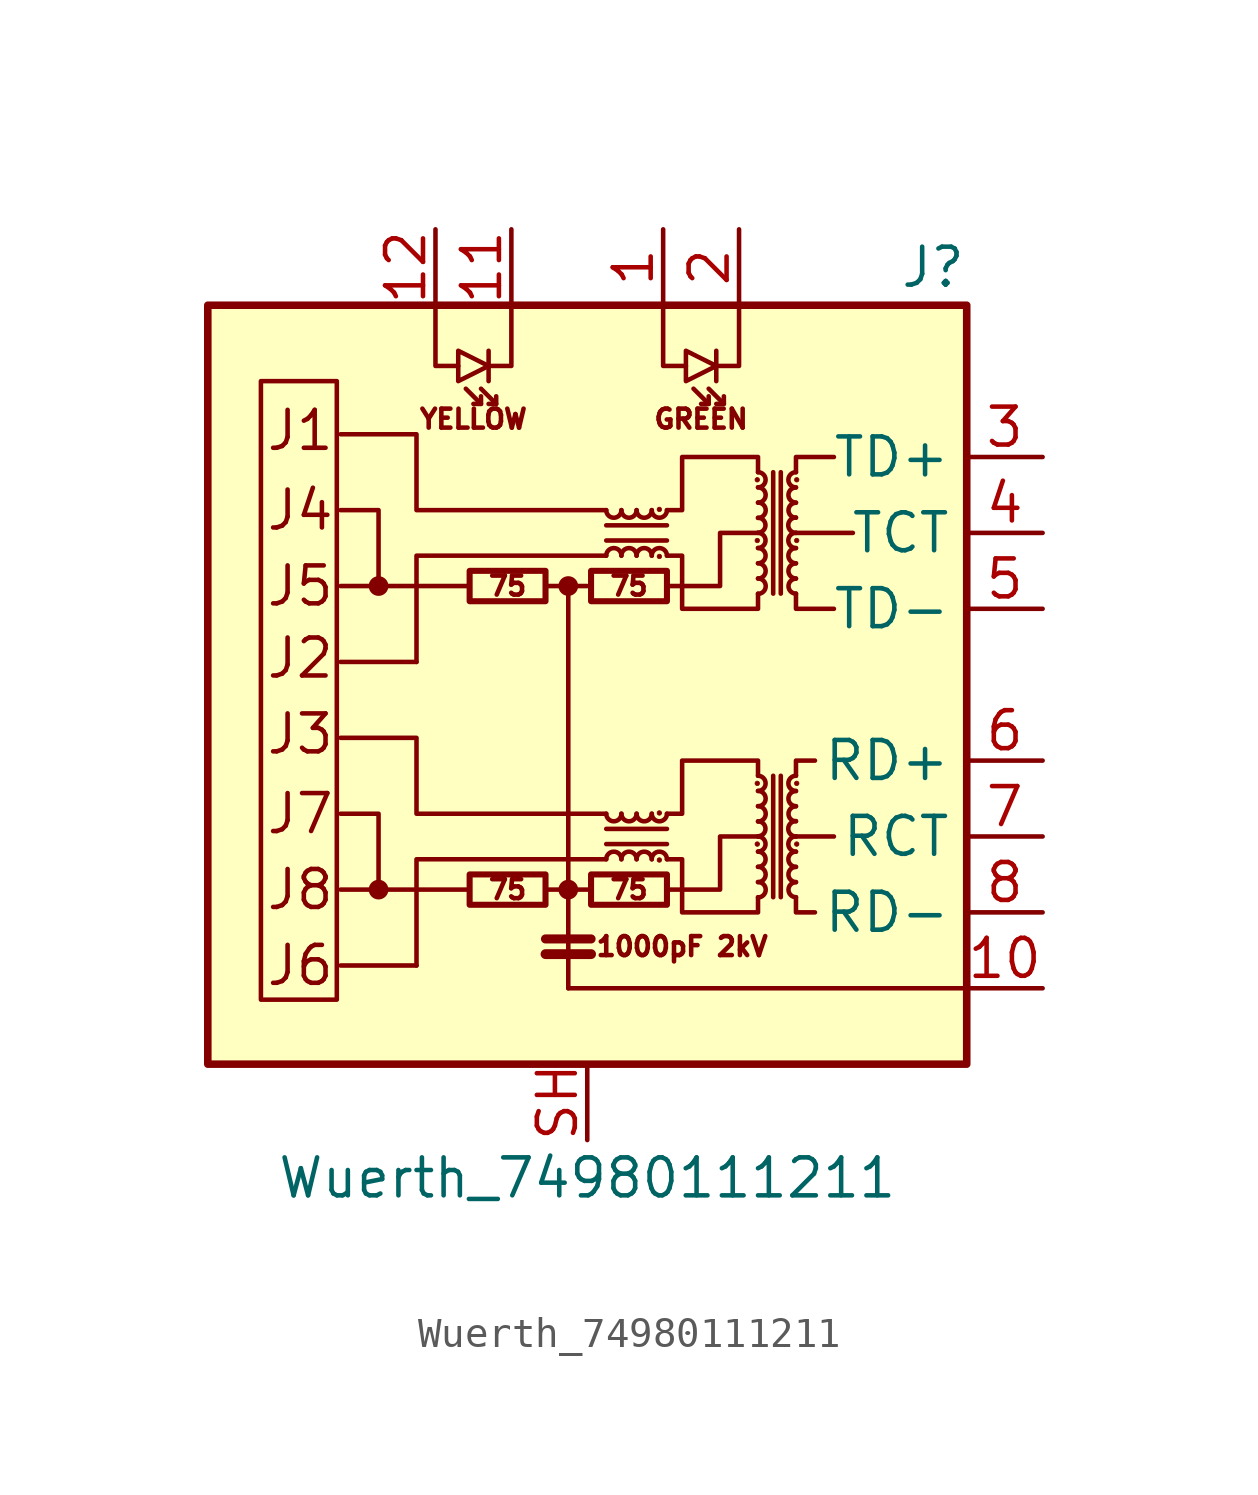
<source format=kicad_sym>
(kicad_symbol_lib
  (version 20211014)
  (generator kicad_symbol_editor)
  (symbol "Wuerth_74980111211"
    (property "Reference" "J"
      (at 12.7 13.97 0)
      (effects (font (size 1.27 1.27)) (justify right)))
    (property "Value" "Wuerth_74980111211"
      (at 0 -16.51 0)
      (effects (font (size 1.27 1.27))))
    (symbol "Wuerth_74980111211_0_0"
      (rectangle (start -12.7 12.7) (end 12.7 -12.7) (stroke (width 0.254) (type default) (color 0 0 0 0)) (fill (type background)))
      (polyline (pts (xy -3.937 -6.858) (xy -8.255 -6.858)) (stroke (width 0) (type default) (color 0 0 0 0)) (fill (type none)))
      (polyline (pts (xy -3.937 3.302) (xy -8.255 3.302)) (stroke (width 0) (type default) (color 0 0 0 0)) (fill (type none)))
      (polyline (pts (xy -0.635 -10.16) (xy 12.7 -10.16)) (stroke (width 0) (type default) (color 0 0 0 0)) (fill (type none)))
      (polyline (pts (xy 8.255 -5.08) (xy 6.985 -5.08)) (stroke (width 0) (type default) (color 0 0 0 0)) (fill (type none)))
      (polyline (pts (xy 8.89 5.08) (xy 6.985 5.08)) (stroke (width 0) (type default) (color 0 0 0 0)) (fill (type none)))
      (polyline (pts (xy 0.635 -4.318) (xy -5.715 -4.318) (xy -5.715 -1.778) (xy -8.255 -1.778)) (stroke (width 0) (type default) (color 0 0 0 0)) (fill (type none)))
      (polyline (pts (xy 0.635 5.842) (xy -5.715 5.842) (xy -5.715 8.382) (xy -8.255 8.382)) (stroke (width 0) (type default) (color 0 0 0 0)) (fill (type none)))
      (polyline (pts (xy 2.667 -6.858) (xy 4.445 -6.858) (xy 4.445 -5.08) (xy 5.715 -5.08)) (stroke (width 0) (type default) (color 0 0 0 0)) (fill (type none)))
      (polyline (pts (xy 2.667 3.302) (xy 4.445 3.302) (xy 4.445 5.08) (xy 5.715 5.08)) (stroke (width 0) (type default) (color 0 0 0 0)) (fill (type none)))
      (text "1000pF 2kV" (at 3.175 -8.763 0) (effects (font (size 0.635 0.635))))
      (text "75" (at -2.667 -6.858 0) (effects (font (size 0.635 0.635))))
      (text "75" (at -2.667 3.302 0) (effects (font (size 0.635 0.635))))
      (text "75" (at 1.397 -6.858 0) (effects (font (size 0.635 0.635))))
      (text "75" (at 1.397 3.302 0) (effects (font (size 0.635 0.635))))
      (text "GREEN" (at 3.81 8.89 0) (effects (font (size 0.635 0.635))))
      (text "J1" (at -10.795 8.509 0) (effects (font (size 1.27 1.27)) (justify left)))
      (text "J2" (at -10.795 0.889 0) (effects (font (size 1.27 1.27)) (justify left)))
      (text "J3" (at -10.795 -1.651 0) (effects (font (size 1.27 1.27)) (justify left)))
      (text "J4" (at -10.795 5.842 0) (effects (font (size 1.27 1.27)) (justify left)))
      (text "J5" (at -10.795 3.302 0) (effects (font (size 1.27 1.27)) (justify left)))
      (text "J6" (at -10.795 -9.398 0) (effects (font (size 1.27 1.27)) (justify left)))
      (text "J7" (at -10.795 -4.318 0) (effects (font (size 1.27 1.27)) (justify left)))
      (text "J8" (at -10.795 -6.858 0) (effects (font (size 1.27 1.27)) (justify left)))
      (text "YELLOW" (at -3.81 8.89 0) (effects (font (size 0.635 0.635)))))
    (symbol "Wuerth_74980111211_0_1"
      (rectangle (start -8.382 -10.541) (end -10.922 10.16) (stroke (width 0) (type default) (color 0 0 0 0)) (fill (type none)))
      (circle (center -6.985 -6.858) (radius 0.254) (stroke (width 0) (type default) (color 0 0 0 0)) (fill (type outline)))
      (circle (center -6.985 3.302) (radius 0.254) (stroke (width 0) (type default) (color 0 0 0 0)) (fill (type outline)))
      (rectangle (start -3.937 -7.366) (end -1.397 -6.35) (stroke (width 0.203) (type default) (color 0 0 0 0)) (fill (type none)))
      (rectangle (start -3.937 2.794) (end -1.397 3.81) (stroke (width 0.203) (type default) (color 0 0 0 0)) (fill (type none)))
      (circle (center -0.635 -6.858) (radius 0.254) (stroke (width 0) (type default) (color 0 0 0 0)) (fill (type outline)))
      (circle (center -0.635 3.302) (radius 0.254) (stroke (width 0) (type default) (color 0 0 0 0)) (fill (type outline)))
      (polyline (pts (xy -5.715 -9.398) (xy -8.255 -9.398)) (stroke (width 0) (type default) (color 0 0 0 0)) (fill (type none)))
      (polyline (pts (xy -5.715 0.762) (xy -8.255 0.762)) (stroke (width 0) (type default) (color 0 0 0 0)) (fill (type none)))
      (polyline (pts (xy -3.556 9.398) (xy -4.064 9.906)) (stroke (width 0) (type default) (color 0 0 0 0)) (fill (type none)))
      (polyline (pts (xy -3.302 11.176) (xy -3.302 10.16)) (stroke (width 0) (type default) (color 0 0 0 0)) (fill (type none)))
      (polyline (pts (xy -3.048 9.398) (xy -3.556 9.906)) (stroke (width 0) (type default) (color 0 0 0 0)) (fill (type none)))
      (polyline (pts (xy -1.397 -9.017) (xy 0.127 -9.017)) (stroke (width 0.33) (type default) (color 0 0 0 0)) (fill (type none)))
      (polyline (pts (xy -1.397 -8.509) (xy 0.127 -8.509)) (stroke (width 0.305) (type default) (color 0 0 0 0)) (fill (type none)))
      (polyline (pts (xy -0.635 3.302) (xy -1.397 3.302)) (stroke (width 0) (type default) (color 0 0 0 0)) (fill (type none)))
      (polyline (pts (xy 0.127 -6.858) (xy -1.397 -6.858)) (stroke (width 0) (type default) (color 0 0 0 0)) (fill (type none)))
      (polyline (pts (xy 0.635 -5.334) (xy 2.667 -5.334)) (stroke (width 0) (type default) (color 0 0 0 0)) (fill (type none)))
      (polyline (pts (xy 0.635 4.826) (xy 2.667 4.826)) (stroke (width 0) (type default) (color 0 0 0 0)) (fill (type none)))
      (polyline (pts (xy 2.667 -4.826) (xy 0.635 -4.826)) (stroke (width 0) (type default) (color 0 0 0 0)) (fill (type none)))
      (polyline (pts (xy 2.667 5.334) (xy 0.635 5.334)) (stroke (width 0) (type default) (color 0 0 0 0)) (fill (type none)))
      (polyline (pts (xy 4.064 9.398) (xy 3.556 9.906)) (stroke (width 0) (type default) (color 0 0 0 0)) (fill (type none)))
      (polyline (pts (xy 4.318 11.176) (xy 4.318 10.16)) (stroke (width 0) (type default) (color 0 0 0 0)) (fill (type none)))
      (polyline (pts (xy 4.572 9.398) (xy 4.064 9.906)) (stroke (width 0) (type default) (color 0 0 0 0)) (fill (type none)))
      (polyline (pts (xy 6.223 -3.048) (xy 6.223 -7.112)) (stroke (width 0) (type default) (color 0 0 0 0)) (fill (type none)))
      (polyline (pts (xy 6.223 7.112) (xy 6.223 3.048)) (stroke (width 0) (type default) (color 0 0 0 0)) (fill (type none)))
      (polyline (pts (xy 6.477 -7.112) (xy 6.477 -3.048)) (stroke (width 0) (type default) (color 0 0 0 0)) (fill (type none)))
      (polyline (pts (xy 6.477 3.048) (xy 6.477 7.112)) (stroke (width 0) (type default) (color 0 0 0 0)) (fill (type none)))
      (polyline (pts (xy -6.985 -6.858) (xy -6.985 -4.318) (xy -8.255 -4.318)) (stroke (width 0) (type default) (color 0 0 0 0)) (fill (type none)))
      (polyline (pts (xy -6.985 3.302) (xy -6.985 5.842) (xy -8.255 5.842)) (stroke (width 0) (type default) (color 0 0 0 0)) (fill (type none)))
      (polyline (pts (xy -5.08 12.7) (xy -5.08 10.668) (xy -4.318 10.668)) (stroke (width 0) (type default) (color 0 0 0 0)) (fill (type none)))
      (polyline (pts (xy -3.556 9.652) (xy -3.556 9.398) (xy -3.81 9.398)) (stroke (width 0) (type default) (color 0 0 0 0)) (fill (type none)))
      (polyline (pts (xy -3.048 9.652) (xy -3.048 9.398) (xy -3.302 9.398)) (stroke (width 0) (type default) (color 0 0 0 0)) (fill (type none)))
      (polyline (pts (xy -2.54 12.7) (xy -2.54 10.668) (xy -3.302 10.668)) (stroke (width 0) (type default) (color 0 0 0 0)) (fill (type none)))
      (polyline (pts (xy -0.635 -10.16) (xy -0.635 3.302) (xy 0 3.302)) (stroke (width 0) (type default) (color 0 0 0 0)) (fill (type none)))
      (polyline (pts (xy 0.635 -5.842) (xy -5.715 -5.842) (xy -5.715 -9.398)) (stroke (width 0) (type default) (color 0 0 0 0)) (fill (type none)))
      (polyline (pts (xy 0.635 4.318) (xy -5.715 4.318) (xy -5.715 0.762)) (stroke (width 0) (type default) (color 0 0 0 0)) (fill (type none)))
      (polyline (pts (xy 2.54 12.7) (xy 2.54 10.668) (xy 3.302 10.668)) (stroke (width 0) (type default) (color 0 0 0 0)) (fill (type none)))
      (polyline (pts (xy 4.064 9.652) (xy 4.064 9.398) (xy 3.81 9.398)) (stroke (width 0) (type default) (color 0 0 0 0)) (fill (type none)))
      (polyline (pts (xy 4.572 9.652) (xy 4.572 9.398) (xy 4.318 9.398)) (stroke (width 0) (type default) (color 0 0 0 0)) (fill (type none)))
      (polyline (pts (xy 5.08 12.7) (xy 5.08 10.668) (xy 4.318 10.668)) (stroke (width 0) (type default) (color 0 0 0 0)) (fill (type none)))
      (polyline (pts (xy 6.985 -7.112) (xy 6.985 -7.62) (xy 7.62 -7.62)) (stroke (width 0) (type default) (color 0 0 0 0)) (fill (type none)))
      (polyline (pts (xy 6.985 -3.048) (xy 6.985 -2.54) (xy 7.62 -2.54)) (stroke (width 0) (type default) (color 0 0 0 0)) (fill (type none)))
      (polyline (pts (xy 6.985 3.048) (xy 6.985 2.54) (xy 8.255 2.54)) (stroke (width 0) (type default) (color 0 0 0 0)) (fill (type none)))
      (polyline (pts (xy 6.985 7.112) (xy 6.985 7.62) (xy 8.255 7.62)) (stroke (width 0) (type default) (color 0 0 0 0)) (fill (type none)))
      (polyline (pts (xy -3.302 10.668) (xy -4.318 11.176) (xy -4.318 10.16) (xy -3.302 10.668)) (stroke (width 0) (type default) (color 0 0 0 0)) (fill (type none)))
      (polyline (pts (xy 4.318 10.668) (xy 3.302 11.176) (xy 3.302 10.16) (xy 4.318 10.668)) (stroke (width 0) (type default) (color 0 0 0 0)) (fill (type none)))
      (polyline (pts (xy 2.667 -4.318) (xy 3.175 -4.318) (xy 3.175 -2.54) (xy 5.715 -2.54) (xy 5.715 -3.048)) (stroke (width 0) (type default) (color 0 0 0 0)) (fill (type none)))
      (polyline (pts (xy 2.667 5.842) (xy 3.175 5.842) (xy 3.175 7.62) (xy 5.715 7.62) (xy 5.715 7.112)) (stroke (width 0) (type default) (color 0 0 0 0)) (fill (type none)))
      (polyline (pts (xy 5.715 -7.112) (xy 5.715 -7.62) (xy 3.175 -7.62) (xy 3.175 -5.842) (xy 2.667 -5.842)) (stroke (width 0) (type default) (color 0 0 0 0)) (fill (type none)))
      (polyline (pts (xy 5.715 3.048) (xy 5.715 2.54) (xy 3.175 2.54) (xy 3.175 4.318) (xy 2.667 4.318)) (stroke (width 0) (type default) (color 0 0 0 0)) (fill (type none)))
      (rectangle (start 0.127 -7.366) (end 2.667 -6.35) (stroke (width 0.203) (type default) (color 0 0 0 0)) (fill (type none)))
      (rectangle (start 0.127 2.794) (end 2.667 3.81) (stroke (width 0.203) (type default) (color 0 0 0 0)) (fill (type none)))
      (arc (start 0.635 -4.318) (mid 0.889 -4.572) (end 1.143 -4.318) (stroke (width 0) (type default) (color 0 0 0 0)) (fill (type none)))
      (arc (start 0.635 5.842) (mid 0.889 5.588) (end 1.143 5.842) (stroke (width 0) (type default) (color 0 0 0 0)) (fill (type none)))
      (arc (start 1.143 -5.842) (mid 0.889 -5.588) (end 0.635 -5.842) (stroke (width 0) (type default) (color 0 0 0 0)) (fill (type none)))
      (arc (start 1.143 -4.318) (mid 1.397 -4.572) (end 1.651 -4.318) (stroke (width 0) (type default) (color 0 0 0 0)) (fill (type none)))
      (arc (start 1.143 4.318) (mid 0.889 4.572) (end 0.635 4.318) (stroke (width 0) (type default) (color 0 0 0 0)) (fill (type none)))
      (arc (start 1.143 5.842) (mid 1.397 5.588) (end 1.651 5.842) (stroke (width 0) (type default) (color 0 0 0 0)) (fill (type none)))
      (arc (start 1.651 -5.842) (mid 1.397 -5.588) (end 1.143 -5.842) (stroke (width 0) (type default) (color 0 0 0 0)) (fill (type none)))
      (arc (start 1.651 -4.318) (mid 1.905 -4.572) (end 2.159 -4.318) (stroke (width 0) (type default) (color 0 0 0 0)) (fill (type none)))
      (arc (start 1.651 4.318) (mid 1.397 4.572) (end 1.143 4.318) (stroke (width 0) (type default) (color 0 0 0 0)) (fill (type none)))
      (arc (start 1.651 5.842) (mid 1.905 5.588) (end 2.159 5.842) (stroke (width 0) (type default) (color 0 0 0 0)) (fill (type none)))
      (arc (start 2.159 -5.842) (mid 1.905 -5.588) (end 1.651 -5.842) (stroke (width 0) (type default) (color 0 0 0 0)) (fill (type none)))
      (arc (start 2.159 -4.318) (mid 2.413 -4.572) (end 2.667 -4.318) (stroke (width 0) (type default) (color 0 0 0 0)) (fill (type none)))
      (arc (start 2.159 4.318) (mid 1.905 4.572) (end 1.651 4.318) (stroke (width 0) (type default) (color 0 0 0 0)) (fill (type none)))
      (arc (start 2.159 5.842) (mid 2.413 5.588) (end 2.667 5.842) (stroke (width 0) (type default) (color 0 0 0 0)) (fill (type none)))
      (circle (center 2.413 -5.867) (radius 0.076) (stroke (width 0.025) (type default) (color 0 0 0 0)) (fill (type outline)))
      (circle (center 2.413 -4.293) (radius 0.076) (stroke (width 0.025) (type default) (color 0 0 0 0)) (fill (type outline)))
      (circle (center 2.413 4.293) (radius 0.076) (stroke (width 0.025) (type default) (color 0 0 0 0)) (fill (type outline)))
      (circle (center 2.413 5.867) (radius 0.076) (stroke (width 0.025) (type default) (color 0 0 0 0)) (fill (type outline)))
      (arc (start 2.667 -5.842) (mid 2.413 -5.588) (end 2.159 -5.842) (stroke (width 0) (type default) (color 0 0 0 0)) (fill (type none)))
      (arc (start 2.667 4.318) (mid 2.413 4.572) (end 2.159 4.318) (stroke (width 0) (type default) (color 0 0 0 0)) (fill (type none)))
      (circle (center 5.69 -5.334) (radius 0.076) (stroke (width 0.025) (type default) (color 0 0 0 0)) (fill (type outline)))
      (circle (center 5.69 -3.302) (radius 0.076) (stroke (width 0.025) (type default) (color 0 0 0 0)) (fill (type outline)))
      (circle (center 5.69 4.826) (radius 0.076) (stroke (width 0.025) (type default) (color 0 0 0 0)) (fill (type outline)))
      (circle (center 5.69 6.858) (radius 0.076) (stroke (width 0.025) (type default) (color 0 0 0 0)) (fill (type outline)))
      (arc (start 5.715 -7.112) (mid 5.969 -6.858) (end 5.715 -6.604) (stroke (width 0) (type default) (color 0 0 0 0)) (fill (type none)))
      (arc (start 5.715 -6.604) (mid 5.969 -6.35) (end 5.715 -6.096) (stroke (width 0) (type default) (color 0 0 0 0)) (fill (type none)))
      (arc (start 5.715 -6.096) (mid 5.969 -5.842) (end 5.715 -5.588) (stroke (width 0) (type default) (color 0 0 0 0)) (fill (type none)))
      (arc (start 5.715 -5.588) (mid 5.969 -5.334) (end 5.715 -5.08) (stroke (width 0) (type default) (color 0 0 0 0)) (fill (type none)))
      (arc (start 5.715 -5.08) (mid 5.969 -4.826) (end 5.715 -4.572) (stroke (width 0) (type default) (color 0 0 0 0)) (fill (type none)))
      (arc (start 5.715 -4.572) (mid 5.969 -4.318) (end 5.715 -4.064) (stroke (width 0) (type default) (color 0 0 0 0)) (fill (type none)))
      (arc (start 5.715 -4.064) (mid 5.969 -3.81) (end 5.715 -3.556) (stroke (width 0) (type default) (color 0 0 0 0)) (fill (type none)))
      (arc (start 5.715 -3.556) (mid 5.969 -3.302) (end 5.715 -3.048) (stroke (width 0) (type default) (color 0 0 0 0)) (fill (type none)))
      (arc (start 5.715 3.048) (mid 5.969 3.302) (end 5.715 3.556) (stroke (width 0) (type default) (color 0 0 0 0)) (fill (type none)))
      (arc (start 5.715 3.556) (mid 5.969 3.81) (end 5.715 4.064) (stroke (width 0) (type default) (color 0 0 0 0)) (fill (type none)))
      (arc (start 5.715 4.064) (mid 5.969 4.318) (end 5.715 4.572) (stroke (width 0) (type default) (color 0 0 0 0)) (fill (type none)))
      (arc (start 5.715 4.572) (mid 5.969 4.826) (end 5.715 5.08) (stroke (width 0) (type default) (color 0 0 0 0)) (fill (type none)))
      (arc (start 5.715 5.08) (mid 5.969 5.334) (end 5.715 5.588) (stroke (width 0) (type default) (color 0 0 0 0)) (fill (type none)))
      (arc (start 5.715 5.588) (mid 5.969 5.842) (end 5.715 6.096) (stroke (width 0) (type default) (color 0 0 0 0)) (fill (type none)))
      (arc (start 5.715 6.096) (mid 5.969 6.35) (end 5.715 6.604) (stroke (width 0) (type default) (color 0 0 0 0)) (fill (type none)))
      (arc (start 5.715 6.604) (mid 5.969 6.858) (end 5.715 7.112) (stroke (width 0) (type default) (color 0 0 0 0)) (fill (type none)))
      (arc (start 6.985 -6.604) (mid 6.731 -6.858) (end 6.985 -7.112) (stroke (width 0) (type default) (color 0 0 0 0)) (fill (type none)))
      (arc (start 6.985 -6.096) (mid 6.731 -6.35) (end 6.985 -6.604) (stroke (width 0) (type default) (color 0 0 0 0)) (fill (type none)))
      (arc (start 6.985 -5.588) (mid 6.731 -5.842) (end 6.985 -6.096) (stroke (width 0) (type default) (color 0 0 0 0)) (fill (type none)))
      (arc (start 6.985 -5.08) (mid 6.731 -5.334) (end 6.985 -5.588) (stroke (width 0) (type default) (color 0 0 0 0)) (fill (type none)))
      (arc (start 6.985 -4.572) (mid 6.731 -4.826) (end 6.985 -5.08) (stroke (width 0) (type default) (color 0 0 0 0)) (fill (type none)))
      (arc (start 6.985 -4.064) (mid 6.731 -4.318) (end 6.985 -4.572) (stroke (width 0) (type default) (color 0 0 0 0)) (fill (type none)))
      (arc (start 6.985 -3.556) (mid 6.731 -3.81) (end 6.985 -4.064) (stroke (width 0) (type default) (color 0 0 0 0)) (fill (type none)))
      (arc (start 6.985 -3.048) (mid 6.731 -3.302) (end 6.985 -3.556) (stroke (width 0) (type default) (color 0 0 0 0)) (fill (type none)))
      (arc (start 6.985 3.556) (mid 6.731 3.302) (end 6.985 3.048) (stroke (width 0) (type default) (color 0 0 0 0)) (fill (type none)))
      (arc (start 6.985 4.064) (mid 6.731 3.81) (end 6.985 3.556) (stroke (width 0) (type default) (color 0 0 0 0)) (fill (type none)))
      (arc (start 6.985 4.572) (mid 6.731 4.318) (end 6.985 4.064) (stroke (width 0) (type default) (color 0 0 0 0)) (fill (type none)))
      (arc (start 6.985 5.08) (mid 6.731 4.826) (end 6.985 4.572) (stroke (width 0) (type default) (color 0 0 0 0)) (fill (type none)))
      (arc (start 6.985 5.588) (mid 6.731 5.334) (end 6.985 5.08) (stroke (width 0) (type default) (color 0 0 0 0)) (fill (type none)))
      (arc (start 6.985 6.096) (mid 6.731 5.842) (end 6.985 5.588) (stroke (width 0) (type default) (color 0 0 0 0)) (fill (type none)))
      (arc (start 6.985 6.604) (mid 6.731 6.35) (end 6.985 6.096) (stroke (width 0) (type default) (color 0 0 0 0)) (fill (type none)))
      (arc (start 6.985 7.112) (mid 6.731 6.858) (end 6.985 6.604) (stroke (width 0) (type default) (color 0 0 0 0)) (fill (type none)))
      (circle (center 7.01 -5.334) (radius 0.076) (stroke (width 0.025) (type default) (color 0 0 0 0)) (fill (type outline)))
      (circle (center 7.01 -3.302) (radius 0.076) (stroke (width 0.025) (type default) (color 0 0 0 0)) (fill (type outline)))
      (circle (center 7.01 4.826) (radius 0.076) (stroke (width 0.025) (type default) (color 0 0 0 0)) (fill (type outline)))
      (circle (center 7.01 6.858) (radius 0.076) (stroke (width 0.025) (type default) (color 0 0 0 0)) (fill (type outline))))
    (symbol "Wuerth_74980111211_1_1"
      (pin passive line (at 2.54 15.24 270) (length 2.54) (name "~" (effects (font (size 1.27 1.27)))) (number "1" (effects (font (size 1.27 1.27)))))
      (pin passive line (at 15.24 -10.16 180) (length 2.54) (name "~" (effects (font (size 1.27 1.27)))) (number "10" (effects (font (size 1.27 1.27)))))
      (pin passive line (at -2.54 15.24 270) (length 2.54) (name "~" (effects (font (size 1.27 1.27)))) (number "11" (effects (font (size 1.27 1.27)))))
      (pin passive line (at -5.08 15.24 270) (length 2.54) (name "~" (effects (font (size 1.27 1.27)))) (number "12" (effects (font (size 1.27 1.27)))))
      (pin passive line (at 5.08 15.24 270) (length 2.54) (name "~" (effects (font (size 1.27 1.27)))) (number "2" (effects (font (size 1.27 1.27)))))
      (pin passive line (at 15.24 7.62 180) (length 2.54) (name "TD+" (effects (font (size 1.27 1.27)))) (number "3" (effects (font (size 1.27 1.27)))))
      (pin passive line (at 15.24 5.08 180) (length 2.54) (name "TCT" (effects (font (size 1.27 1.27)))) (number "4" (effects (font (size 1.27 1.27)))))
      (pin passive line (at 15.24 2.54 180) (length 2.54) (name "TD-" (effects (font (size 1.27 1.27)))) (number "5" (effects (font (size 1.27 1.27)))))
      (pin passive line (at 15.24 -2.54 180) (length 2.54) (name "RD+" (effects (font (size 1.27 1.27)))) (number "6" (effects (font (size 1.27 1.27)))))
      (pin passive line (at 15.24 -5.08 180) (length 2.54) (name "RCT" (effects (font (size 1.27 1.27)))) (number "7" (effects (font (size 1.27 1.27)))))
      (pin passive line (at 15.24 -7.62 180) (length 2.54) (name "RD-" (effects (font (size 1.27 1.27)))) (number "8" (effects (font (size 1.27 1.27)))))
      (pin passive line (at 0 -15.24 90) (length 2.54) (name "~" (effects (font (size 1.27 1.27)))) (number "SH" (effects (font (size 1.27 1.27))))))))
</source>
